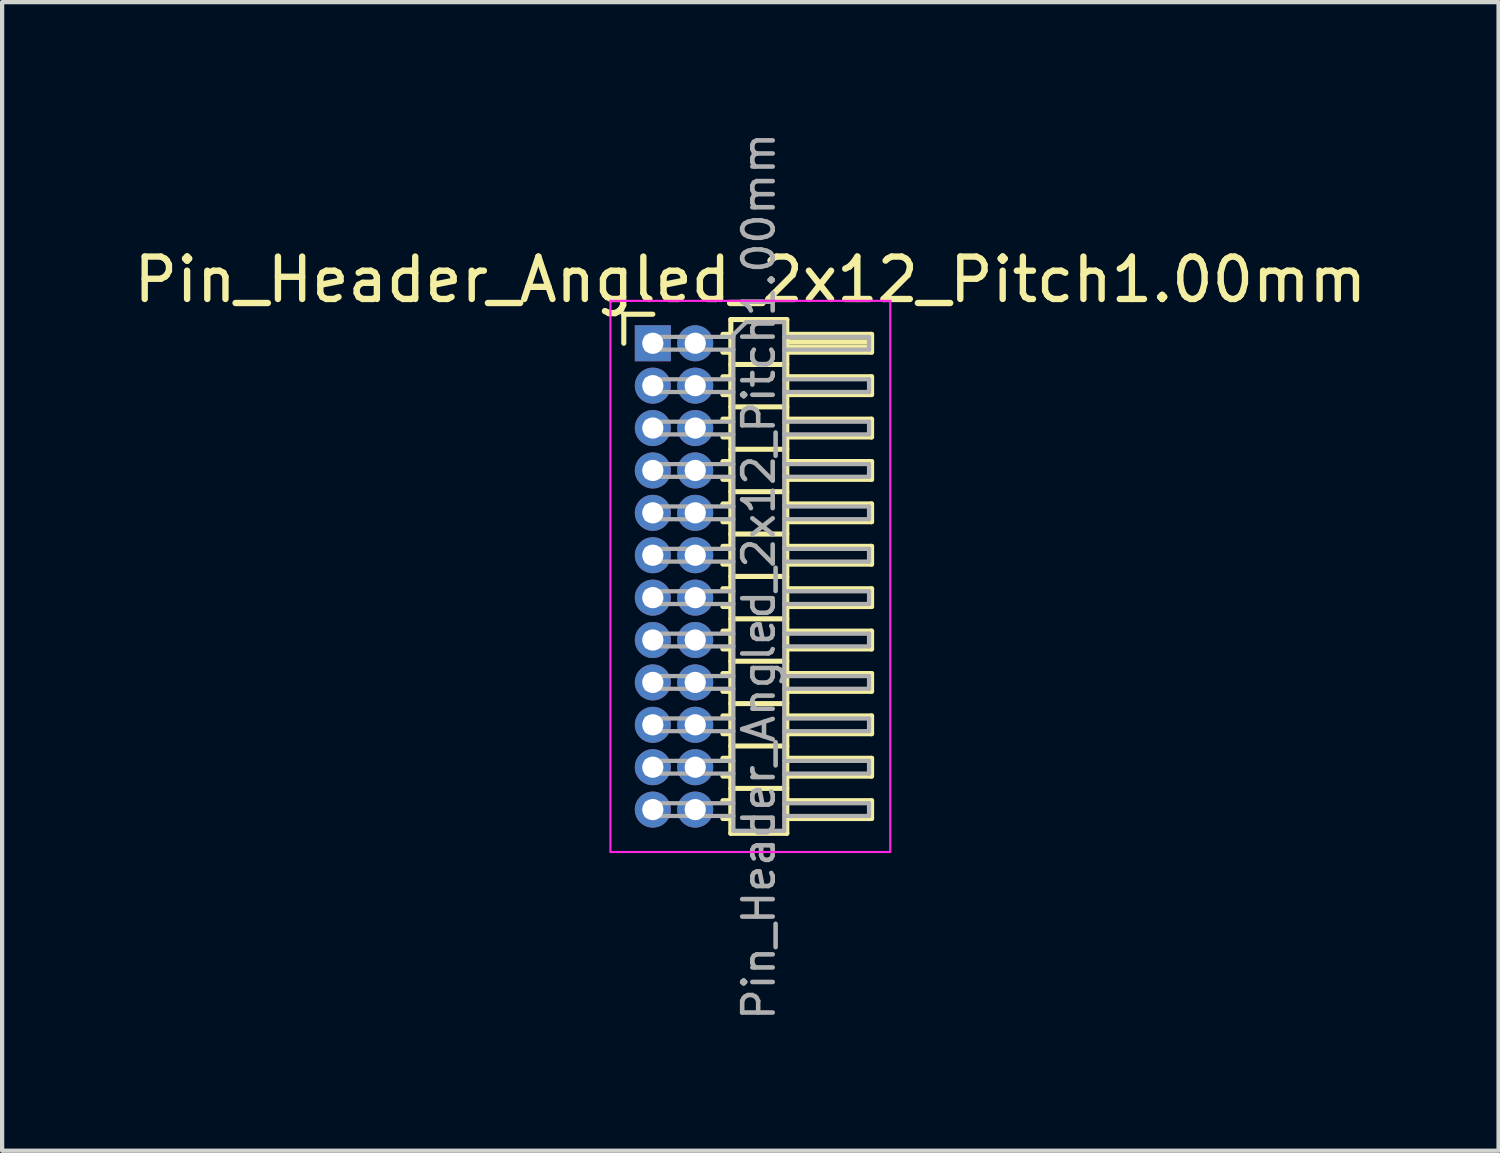
<source format=kicad_pcb>
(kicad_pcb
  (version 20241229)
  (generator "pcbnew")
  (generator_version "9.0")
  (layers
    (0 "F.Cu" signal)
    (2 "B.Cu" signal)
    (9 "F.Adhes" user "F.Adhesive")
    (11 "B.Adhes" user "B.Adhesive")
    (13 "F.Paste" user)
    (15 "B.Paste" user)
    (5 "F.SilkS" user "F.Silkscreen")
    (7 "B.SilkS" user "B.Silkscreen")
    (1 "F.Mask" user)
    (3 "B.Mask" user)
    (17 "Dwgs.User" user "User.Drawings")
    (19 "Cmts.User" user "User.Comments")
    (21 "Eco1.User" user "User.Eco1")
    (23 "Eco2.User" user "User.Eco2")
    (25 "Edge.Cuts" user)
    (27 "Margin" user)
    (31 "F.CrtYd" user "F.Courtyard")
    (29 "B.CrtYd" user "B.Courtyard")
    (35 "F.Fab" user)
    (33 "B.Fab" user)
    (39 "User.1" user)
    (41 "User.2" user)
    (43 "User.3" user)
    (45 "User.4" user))
  (footprint "Pin_Header_Angled_2x12_Pitch1.00mm"
    (layer "F.Cu")
    (at 12.349 5.047)
    (property "Reference" "Pin_Header_Angled_2x12_Pitch1.00mm" (at 2.3 -1.5 0) (layer "F.SilkS") (effects (font (size 1 1) (thickness 0.15))))
    (attr through_hole)
    (fp_line (start -0.685 -0.685) (end 0 -0.685) (stroke (width 0.12) (type solid)) (layer "F.SilkS"))
    (fp_line (start -0.685 0) (end -0.685 -0.685) (stroke (width 0.12) (type solid)) (layer "F.SilkS"))
    (fp_line (start 1.652 -0.21) (end 1.84 -0.21) (stroke (width 0.12) (type solid)) (layer "F.SilkS"))
    (fp_line (start 1.652 0.21) (end 1.84 0.21) (stroke (width 0.12) (type solid)) (layer "F.SilkS"))
    (fp_line (start 1.652 0.79) (end 1.84 0.79) (stroke (width 0.12) (type solid)) (layer "F.SilkS"))
    (fp_line (start 1.652 1.21) (end 1.84 1.21) (stroke (width 0.12) (type solid)) (layer "F.SilkS"))
    (fp_line (start 1.652 1.79) (end 1.84 1.79) (stroke (width 0.12) (type solid)) (layer "F.SilkS"))
    (fp_line (start 1.652 2.21) (end 1.84 2.21) (stroke (width 0.12) (type solid)) (layer "F.SilkS"))
    (fp_line (start 1.652 2.79) (end 1.84 2.79) (stroke (width 0.12) (type solid)) (layer "F.SilkS"))
    (fp_line (start 1.652 3.21) (end 1.84 3.21) (stroke (width 0.12) (type solid)) (layer "F.SilkS"))
    (fp_line (start 1.652 3.79) (end 1.84 3.79) (stroke (width 0.12) (type solid)) (layer "F.SilkS"))
    (fp_line (start 1.652 4.21) (end 1.84 4.21) (stroke (width 0.12) (type solid)) (layer "F.SilkS"))
    (fp_line (start 1.652 4.79) (end 1.84 4.79) (stroke (width 0.12) (type solid)) (layer "F.SilkS"))
    (fp_line (start 1.652 5.21) (end 1.84 5.21) (stroke (width 0.12) (type solid)) (layer "F.SilkS"))
    (fp_line (start 1.652 5.79) (end 1.84 5.79) (stroke (width 0.12) (type solid)) (layer "F.SilkS"))
    (fp_line (start 1.652 6.21) (end 1.84 6.21) (stroke (width 0.12) (type solid)) (layer "F.SilkS"))
    (fp_line (start 1.652 6.79) (end 1.84 6.79) (stroke (width 0.12) (type solid)) (layer "F.SilkS"))
    (fp_line (start 1.652 7.21) (end 1.84 7.21) (stroke (width 0.12) (type solid)) (layer "F.SilkS"))
    (fp_line (start 1.652 7.79) (end 1.84 7.79) (stroke (width 0.12) (type solid)) (layer "F.SilkS"))
    (fp_line (start 1.652 8.21) (end 1.84 8.21) (stroke (width 0.12) (type solid)) (layer "F.SilkS"))
    (fp_line (start 1.652 8.79) (end 1.84 8.79) (stroke (width 0.12) (type solid)) (layer "F.SilkS"))
    (fp_line (start 1.652 9.21) (end 1.84 9.21) (stroke (width 0.12) (type solid)) (layer "F.SilkS"))
    (fp_line (start 1.652 9.79) (end 1.84 9.79) (stroke (width 0.12) (type solid)) (layer "F.SilkS"))
    (fp_line (start 1.652 10.21) (end 1.84 10.21) (stroke (width 0.12) (type solid)) (layer "F.SilkS"))
    (fp_line (start 1.652 10.79) (end 1.84 10.79) (stroke (width 0.12) (type solid)) (layer "F.SilkS"))
    (fp_line (start 1.652 11.21) (end 1.84 11.21) (stroke (width 0.12) (type solid)) (layer "F.SilkS"))
    (fp_line (start 1.84 -0.56) (end 1.84 11.56) (stroke (width 0.12) (type solid)) (layer "F.SilkS"))
    (fp_line (start 1.84 0.5) (end 3.16 0.5) (stroke (width 0.12) (type solid)) (layer "F.SilkS"))
    (fp_line (start 1.84 1.5) (end 3.16 1.5) (stroke (width 0.12) (type solid)) (layer "F.SilkS"))
    (fp_line (start 1.84 2.5) (end 3.16 2.5) (stroke (width 0.12) (type solid)) (layer "F.SilkS"))
    (fp_line (start 1.84 3.5) (end 3.16 3.5) (stroke (width 0.12) (type solid)) (layer "F.SilkS"))
    (fp_line (start 1.84 4.5) (end 3.16 4.5) (stroke (width 0.12) (type solid)) (layer "F.SilkS"))
    (fp_line (start 1.84 5.5) (end 3.16 5.5) (stroke (width 0.12) (type solid)) (layer "F.SilkS"))
    (fp_line (start 1.84 6.5) (end 3.16 6.5) (stroke (width 0.12) (type solid)) (layer "F.SilkS"))
    (fp_line (start 1.84 7.5) (end 3.16 7.5) (stroke (width 0.12) (type solid)) (layer "F.SilkS"))
    (fp_line (start 1.84 8.5) (end 3.16 8.5) (stroke (width 0.12) (type solid)) (layer "F.SilkS"))
    (fp_line (start 1.84 9.5) (end 3.16 9.5) (stroke (width 0.12) (type solid)) (layer "F.SilkS"))
    (fp_line (start 1.84 10.5) (end 3.16 10.5) (stroke (width 0.12) (type solid)) (layer "F.SilkS"))
    (fp_line (start 1.84 11.56) (end 3.16 11.56) (stroke (width 0.12) (type solid)) (layer "F.SilkS"))
    (fp_line (start 3.16 -0.56) (end 1.84 -0.56) (stroke (width 0.12) (type solid)) (layer "F.SilkS"))
    (fp_line (start 3.16 -0.21) (end 5.16 -0.21) (stroke (width 0.12) (type solid)) (layer "F.SilkS"))
    (fp_line (start 3.16 -0.15) (end 5.16 -0.15) (stroke (width 0.12) (type solid)) (layer "F.SilkS"))
    (fp_line (start 3.16 -0.03) (end 5.16 -0.03) (stroke (width 0.12) (type solid)) (layer "F.SilkS"))
    (fp_line (start 3.16 0.09) (end 5.16 0.09) (stroke (width 0.12) (type solid)) (layer "F.SilkS"))
    (fp_line (start 3.16 0.79) (end 5.16 0.79) (stroke (width 0.12) (type solid)) (layer "F.SilkS"))
    (fp_line (start 3.16 1.79) (end 5.16 1.79) (stroke (width 0.12) (type solid)) (layer "F.SilkS"))
    (fp_line (start 3.16 2.79) (end 5.16 2.79) (stroke (width 0.12) (type solid)) (layer "F.SilkS"))
    (fp_line (start 3.16 3.79) (end 5.16 3.79) (stroke (width 0.12) (type solid)) (layer "F.SilkS"))
    (fp_line (start 3.16 4.79) (end 5.16 4.79) (stroke (width 0.12) (type solid)) (layer "F.SilkS"))
    (fp_line (start 3.16 5.79) (end 5.16 5.79) (stroke (width 0.12) (type solid)) (layer "F.SilkS"))
    (fp_line (start 3.16 6.79) (end 5.16 6.79) (stroke (width 0.12) (type solid)) (layer "F.SilkS"))
    (fp_line (start 3.16 7.79) (end 5.16 7.79) (stroke (width 0.12) (type solid)) (layer "F.SilkS"))
    (fp_line (start 3.16 8.79) (end 5.16 8.79) (stroke (width 0.12) (type solid)) (layer "F.SilkS"))
    (fp_line (start 3.16 9.79) (end 5.16 9.79) (stroke (width 0.12) (type solid)) (layer "F.SilkS"))
    (fp_line (start 3.16 10.79) (end 5.16 10.79) (stroke (width 0.12) (type solid)) (layer "F.SilkS"))
    (fp_line (start 3.16 11.56) (end 3.16 -0.56) (stroke (width 0.12) (type solid)) (layer "F.SilkS"))
    (fp_line (start 5.16 -0.21) (end 5.16 0.21) (stroke (width 0.12) (type solid)) (layer "F.SilkS"))
    (fp_line (start 5.16 0.21) (end 3.16 0.21) (stroke (width 0.12) (type solid)) (layer "F.SilkS"))
    (fp_line (start 5.16 0.79) (end 5.16 1.21) (stroke (width 0.12) (type solid)) (layer "F.SilkS"))
    (fp_line (start 5.16 1.21) (end 3.16 1.21) (stroke (width 0.12) (type solid)) (layer "F.SilkS"))
    (fp_line (start 5.16 1.79) (end 5.16 2.21) (stroke (width 0.12) (type solid)) (layer "F.SilkS"))
    (fp_line (start 5.16 2.21) (end 3.16 2.21) (stroke (width 0.12) (type solid)) (layer "F.SilkS"))
    (fp_line (start 5.16 2.79) (end 5.16 3.21) (stroke (width 0.12) (type solid)) (layer "F.SilkS"))
    (fp_line (start 5.16 3.21) (end 3.16 3.21) (stroke (width 0.12) (type solid)) (layer "F.SilkS"))
    (fp_line (start 5.16 3.79) (end 5.16 4.21) (stroke (width 0.12) (type solid)) (layer "F.SilkS"))
    (fp_line (start 5.16 4.21) (end 3.16 4.21) (stroke (width 0.12) (type solid)) (layer "F.SilkS"))
    (fp_line (start 5.16 4.79) (end 5.16 5.21) (stroke (width 0.12) (type solid)) (layer "F.SilkS"))
    (fp_line (start 5.16 5.21) (end 3.16 5.21) (stroke (width 0.12) (type solid)) (layer "F.SilkS"))
    (fp_line (start 5.16 5.79) (end 5.16 6.21) (stroke (width 0.12) (type solid)) (layer "F.SilkS"))
    (fp_line (start 5.16 6.21) (end 3.16 6.21) (stroke (width 0.12) (type solid)) (layer "F.SilkS"))
    (fp_line (start 5.16 6.79) (end 5.16 7.21) (stroke (width 0.12) (type solid)) (layer "F.SilkS"))
    (fp_line (start 5.16 7.21) (end 3.16 7.21) (stroke (width 0.12) (type solid)) (layer "F.SilkS"))
    (fp_line (start 5.16 7.79) (end 5.16 8.21) (stroke (width 0.12) (type solid)) (layer "F.SilkS"))
    (fp_line (start 5.16 8.21) (end 3.16 8.21) (stroke (width 0.12) (type solid)) (layer "F.SilkS"))
    (fp_line (start 5.16 8.79) (end 5.16 9.21) (stroke (width 0.12) (type solid)) (layer "F.SilkS"))
    (fp_line (start 5.16 9.21) (end 3.16 9.21) (stroke (width 0.12) (type solid)) (layer "F.SilkS"))
    (fp_line (start 5.16 9.79) (end 5.16 10.21) (stroke (width 0.12) (type solid)) (layer "F.SilkS"))
    (fp_line (start 5.16 10.21) (end 3.16 10.21) (stroke (width 0.12) (type solid)) (layer "F.SilkS"))
    (fp_line (start 5.16 10.79) (end 5.16 11.21) (stroke (width 0.12) (type solid)) (layer "F.SilkS"))
    (fp_line (start 5.16 11.21) (end 3.16 11.21) (stroke (width 0.12) (type solid)) (layer "F.SilkS"))
    (fp_line (start -1 -1) (end -1 12) (stroke (width 0.05) (type solid)) (layer "F.CrtYd"))
    (fp_line (start -1 12) (end 5.6 12) (stroke (width 0.05) (type solid)) (layer "F.CrtYd"))
    (fp_line (start 5.6 -1) (end -1 -1) (stroke (width 0.05) (type solid)) (layer "F.CrtYd"))
    (fp_line (start 5.6 12) (end 5.6 -1) (stroke (width 0.05) (type solid)) (layer "F.CrtYd"))
    (fp_line (start -0.15 -0.15) (end -0.15 0.15) (stroke (width 0.1) (type solid)) (layer "F.Fab"))
    (fp_line (start -0.15 -0.15) (end 1.9 -0.15) (stroke (width 0.1) (type solid)) (layer "F.Fab"))
    (fp_line (start -0.15 0.15) (end 1.9 0.15) (stroke (width 0.1) (type solid)) (layer "F.Fab"))
    (fp_line (start -0.15 0.85) (end -0.15 1.15) (stroke (width 0.1) (type solid)) (layer "F.Fab"))
    (fp_line (start -0.15 0.85) (end 1.9 0.85) (stroke (width 0.1) (type solid)) (layer "F.Fab"))
    (fp_line (start -0.15 1.15) (end 1.9 1.15) (stroke (width 0.1) (type solid)) (layer "F.Fab"))
    (fp_line (start -0.15 1.85) (end -0.15 2.15) (stroke (width 0.1) (type solid)) (layer "F.Fab"))
    (fp_line (start -0.15 1.85) (end 1.9 1.85) (stroke (width 0.1) (type solid)) (layer "F.Fab"))
    (fp_line (start -0.15 2.15) (end 1.9 2.15) (stroke (width 0.1) (type solid)) (layer "F.Fab"))
    (fp_line (start -0.15 2.85) (end -0.15 3.15) (stroke (width 0.1) (type solid)) (layer "F.Fab"))
    (fp_line (start -0.15 2.85) (end 1.9 2.85) (stroke (width 0.1) (type solid)) (layer "F.Fab"))
    (fp_line (start -0.15 3.15) (end 1.9 3.15) (stroke (width 0.1) (type solid)) (layer "F.Fab"))
    (fp_line (start -0.15 3.85) (end -0.15 4.15) (stroke (width 0.1) (type solid)) (layer "F.Fab"))
    (fp_line (start -0.15 3.85) (end 1.9 3.85) (stroke (width 0.1) (type solid)) (layer "F.Fab"))
    (fp_line (start -0.15 4.15) (end 1.9 4.15) (stroke (width 0.1) (type solid)) (layer "F.Fab"))
    (fp_line (start -0.15 4.85) (end -0.15 5.15) (stroke (width 0.1) (type solid)) (layer "F.Fab"))
    (fp_line (start -0.15 4.85) (end 1.9 4.85) (stroke (width 0.1) (type solid)) (layer "F.Fab"))
    (fp_line (start -0.15 5.15) (end 1.9 5.15) (stroke (width 0.1) (type solid)) (layer "F.Fab"))
    (fp_line (start -0.15 5.85) (end -0.15 6.15) (stroke (width 0.1) (type solid)) (layer "F.Fab"))
    (fp_line (start -0.15 5.85) (end 1.9 5.85) (stroke (width 0.1) (type solid)) (layer "F.Fab"))
    (fp_line (start -0.15 6.15) (end 1.9 6.15) (stroke (width 0.1) (type solid)) (layer "F.Fab"))
    (fp_line (start -0.15 6.85) (end -0.15 7.15) (stroke (width 0.1) (type solid)) (layer "F.Fab"))
    (fp_line (start -0.15 6.85) (end 1.9 6.85) (stroke (width 0.1) (type solid)) (layer "F.Fab"))
    (fp_line (start -0.15 7.15) (end 1.9 7.15) (stroke (width 0.1) (type solid)) (layer "F.Fab"))
    (fp_line (start -0.15 7.85) (end -0.15 8.15) (stroke (width 0.1) (type solid)) (layer "F.Fab"))
    (fp_line (start -0.15 7.85) (end 1.9 7.85) (stroke (width 0.1) (type solid)) (layer "F.Fab"))
    (fp_line (start -0.15 8.15) (end 1.9 8.15) (stroke (width 0.1) (type solid)) (layer "F.Fab"))
    (fp_line (start -0.15 8.85) (end -0.15 9.15) (stroke (width 0.1) (type solid)) (layer "F.Fab"))
    (fp_line (start -0.15 8.85) (end 1.9 8.85) (stroke (width 0.1) (type solid)) (layer "F.Fab"))
    (fp_line (start -0.15 9.15) (end 1.9 9.15) (stroke (width 0.1) (type solid)) (layer "F.Fab"))
    (fp_line (start -0.15 9.85) (end -0.15 10.15) (stroke (width 0.1) (type solid)) (layer "F.Fab"))
    (fp_line (start -0.15 9.85) (end 1.9 9.85) (stroke (width 0.1) (type solid)) (layer "F.Fab"))
    (fp_line (start -0.15 10.15) (end 1.9 10.15) (stroke (width 0.1) (type solid)) (layer "F.Fab"))
    (fp_line (start -0.15 10.85) (end -0.15 11.15) (stroke (width 0.1) (type solid)) (layer "F.Fab"))
    (fp_line (start -0.15 10.85) (end 1.9 10.85) (stroke (width 0.1) (type solid)) (layer "F.Fab"))
    (fp_line (start -0.15 11.15) (end 1.9 11.15) (stroke (width 0.1) (type solid)) (layer "F.Fab"))
    (fp_line (start 1.9 -0.2) (end 2.2 -0.5) (stroke (width 0.1) (type solid)) (layer "F.Fab"))
    (fp_line (start 1.9 11.5) (end 1.9 -0.2) (stroke (width 0.1) (type solid)) (layer "F.Fab"))
    (fp_line (start 2.2 -0.5) (end 3.1 -0.5) (stroke (width 0.1) (type solid)) (layer "F.Fab"))
    (fp_line (start 3.1 -0.5) (end 3.1 11.5) (stroke (width 0.1) (type solid)) (layer "F.Fab"))
    (fp_line (start 3.1 -0.15) (end 5.1 -0.15) (stroke (width 0.1) (type solid)) (layer "F.Fab"))
    (fp_line (start 3.1 0.15) (end 5.1 0.15) (stroke (width 0.1) (type solid)) (layer "F.Fab"))
    (fp_line (start 3.1 0.85) (end 5.1 0.85) (stroke (width 0.1) (type solid)) (layer "F.Fab"))
    (fp_line (start 3.1 1.15) (end 5.1 1.15) (stroke (width 0.1) (type solid)) (layer "F.Fab"))
    (fp_line (start 3.1 1.85) (end 5.1 1.85) (stroke (width 0.1) (type solid)) (layer "F.Fab"))
    (fp_line (start 3.1 2.15) (end 5.1 2.15) (stroke (width 0.1) (type solid)) (layer "F.Fab"))
    (fp_line (start 3.1 2.85) (end 5.1 2.85) (stroke (width 0.1) (type solid)) (layer "F.Fab"))
    (fp_line (start 3.1 3.15) (end 5.1 3.15) (stroke (width 0.1) (type solid)) (layer "F.Fab"))
    (fp_line (start 3.1 3.85) (end 5.1 3.85) (stroke (width 0.1) (type solid)) (layer "F.Fab"))
    (fp_line (start 3.1 4.15) (end 5.1 4.15) (stroke (width 0.1) (type solid)) (layer "F.Fab"))
    (fp_line (start 3.1 4.85) (end 5.1 4.85) (stroke (width 0.1) (type solid)) (layer "F.Fab"))
    (fp_line (start 3.1 5.15) (end 5.1 5.15) (stroke (width 0.1) (type solid)) (layer "F.Fab"))
    (fp_line (start 3.1 5.85) (end 5.1 5.85) (stroke (width 0.1) (type solid)) (layer "F.Fab"))
    (fp_line (start 3.1 6.15) (end 5.1 6.15) (stroke (width 0.1) (type solid)) (layer "F.Fab"))
    (fp_line (start 3.1 6.85) (end 5.1 6.85) (stroke (width 0.1) (type solid)) (layer "F.Fab"))
    (fp_line (start 3.1 7.15) (end 5.1 7.15) (stroke (width 0.1) (type solid)) (layer "F.Fab"))
    (fp_line (start 3.1 7.85) (end 5.1 7.85) (stroke (width 0.1) (type solid)) (layer "F.Fab"))
    (fp_line (start 3.1 8.15) (end 5.1 8.15) (stroke (width 0.1) (type solid)) (layer "F.Fab"))
    (fp_line (start 3.1 8.85) (end 5.1 8.85) (stroke (width 0.1) (type solid)) (layer "F.Fab"))
    (fp_line (start 3.1 9.15) (end 5.1 9.15) (stroke (width 0.1) (type solid)) (layer "F.Fab"))
    (fp_line (start 3.1 9.85) (end 5.1 9.85) (stroke (width 0.1) (type solid)) (layer "F.Fab"))
    (fp_line (start 3.1 10.15) (end 5.1 10.15) (stroke (width 0.1) (type solid)) (layer "F.Fab"))
    (fp_line (start 3.1 10.85) (end 5.1 10.85) (stroke (width 0.1) (type solid)) (layer "F.Fab"))
    (fp_line (start 3.1 11.15) (end 5.1 11.15) (stroke (width 0.1) (type solid)) (layer "F.Fab"))
    (fp_line (start 3.1 11.5) (end 1.9 11.5) (stroke (width 0.1) (type solid)) (layer "F.Fab"))
    (fp_line (start 5.1 -0.15) (end 5.1 0.15) (stroke (width 0.1) (type solid)) (layer "F.Fab"))
    (fp_line (start 5.1 0.85) (end 5.1 1.15) (stroke (width 0.1) (type solid)) (layer "F.Fab"))
    (fp_line (start 5.1 1.85) (end 5.1 2.15) (stroke (width 0.1) (type solid)) (layer "F.Fab"))
    (fp_line (start 5.1 2.85) (end 5.1 3.15) (stroke (width 0.1) (type solid)) (layer "F.Fab"))
    (fp_line (start 5.1 3.85) (end 5.1 4.15) (stroke (width 0.1) (type solid)) (layer "F.Fab"))
    (fp_line (start 5.1 4.85) (end 5.1 5.15) (stroke (width 0.1) (type solid)) (layer "F.Fab"))
    (fp_line (start 5.1 5.85) (end 5.1 6.15) (stroke (width 0.1) (type solid)) (layer "F.Fab"))
    (fp_line (start 5.1 6.85) (end 5.1 7.15) (stroke (width 0.1) (type solid)) (layer "F.Fab"))
    (fp_line (start 5.1 7.85) (end 5.1 8.15) (stroke (width 0.1) (type solid)) (layer "F.Fab"))
    (fp_line (start 5.1 8.85) (end 5.1 9.15) (stroke (width 0.1) (type solid)) (layer "F.Fab"))
    (fp_line (start 5.1 9.85) (end 5.1 10.15) (stroke (width 0.1) (type solid)) (layer "F.Fab"))
    (fp_line (start 5.1 10.85) (end 5.1 11.15) (stroke (width 0.1) (type solid)) (layer "F.Fab"))
    (fp_text user "${REFERENCE}" (at 2.5 5.5 90) (layer "F.Fab") (effects (font (size 0.72 0.72) (thickness 0.108))))
    (pad "1" thru_hole rect (at 0 0) (size 0.85 0.85) (drill 0.5) (layers "*.Cu" "*.Mask"))
    (pad "2" thru_hole oval (at 1 0) (size 0.85 0.85) (drill 0.5) (layers "*.Cu" "*.Mask"))
    (pad "3" thru_hole oval (at 0 1) (size 0.85 0.85) (drill 0.5) (layers "*.Cu" "*.Mask"))
    (pad "4" thru_hole oval (at 1 1) (size 0.85 0.85) (drill 0.5) (layers "*.Cu" "*.Mask"))
    (pad "5" thru_hole oval (at 0 2) (size 0.85 0.85) (drill 0.5) (layers "*.Cu" "*.Mask"))
    (pad "6" thru_hole oval (at 1 2) (size 0.85 0.85) (drill 0.5) (layers "*.Cu" "*.Mask"))
    (pad "7" thru_hole oval (at 0 3) (size 0.85 0.85) (drill 0.5) (layers "*.Cu" "*.Mask"))
    (pad "8" thru_hole oval (at 1 3) (size 0.85 0.85) (drill 0.5) (layers "*.Cu" "*.Mask"))
    (pad "9" thru_hole oval (at 0 4) (size 0.85 0.85) (drill 0.5) (layers "*.Cu" "*.Mask"))
    (pad "10" thru_hole oval (at 1 4) (size 0.85 0.85) (drill 0.5) (layers "*.Cu" "*.Mask"))
    (pad "11" thru_hole oval (at 0 5) (size 0.85 0.85) (drill 0.5) (layers "*.Cu" "*.Mask"))
    (pad "12" thru_hole oval (at 1 5) (size 0.85 0.85) (drill 0.5) (layers "*.Cu" "*.Mask"))
    (pad "13" thru_hole oval (at 0 6) (size 0.85 0.85) (drill 0.5) (layers "*.Cu" "*.Mask"))
    (pad "14" thru_hole oval (at 1 6) (size 0.85 0.85) (drill 0.5) (layers "*.Cu" "*.Mask"))
    (pad "15" thru_hole oval (at 0 7) (size 0.85 0.85) (drill 0.5) (layers "*.Cu" "*.Mask"))
    (pad "16" thru_hole oval (at 1 7) (size 0.85 0.85) (drill 0.5) (layers "*.Cu" "*.Mask"))
    (pad "17" thru_hole oval (at 0 8) (size 0.85 0.85) (drill 0.5) (layers "*.Cu" "*.Mask"))
    (pad "18" thru_hole oval (at 1 8) (size 0.85 0.85) (drill 0.5) (layers "*.Cu" "*.Mask"))
    (pad "19" thru_hole oval (at 0 9) (size 0.85 0.85) (drill 0.5) (layers "*.Cu" "*.Mask"))
    (pad "20" thru_hole oval (at 1 9) (size 0.85 0.85) (drill 0.5) (layers "*.Cu" "*.Mask"))
    (pad "21" thru_hole oval (at 0 10) (size 0.85 0.85) (drill 0.5) (layers "*.Cu" "*.Mask"))
    (pad "22" thru_hole oval (at 1 10) (size 0.85 0.85) (drill 0.5) (layers "*.Cu" "*.Mask"))
    (pad "23" thru_hole oval (at 0 11) (size 0.85 0.85) (drill 0.5) (layers "*.Cu" "*.Mask"))
    (pad "24" thru_hole oval (at 1 11) (size 0.85 0.85) (drill 0.5) (layers "*.Cu" "*.Mask")))
  (gr_rect
    (start -3 -3)
    (end 32.298 24.094)
    (stroke (width 0.1) (type default))
    (fill no)
    (layer "Edge.Cuts")))
</source>
